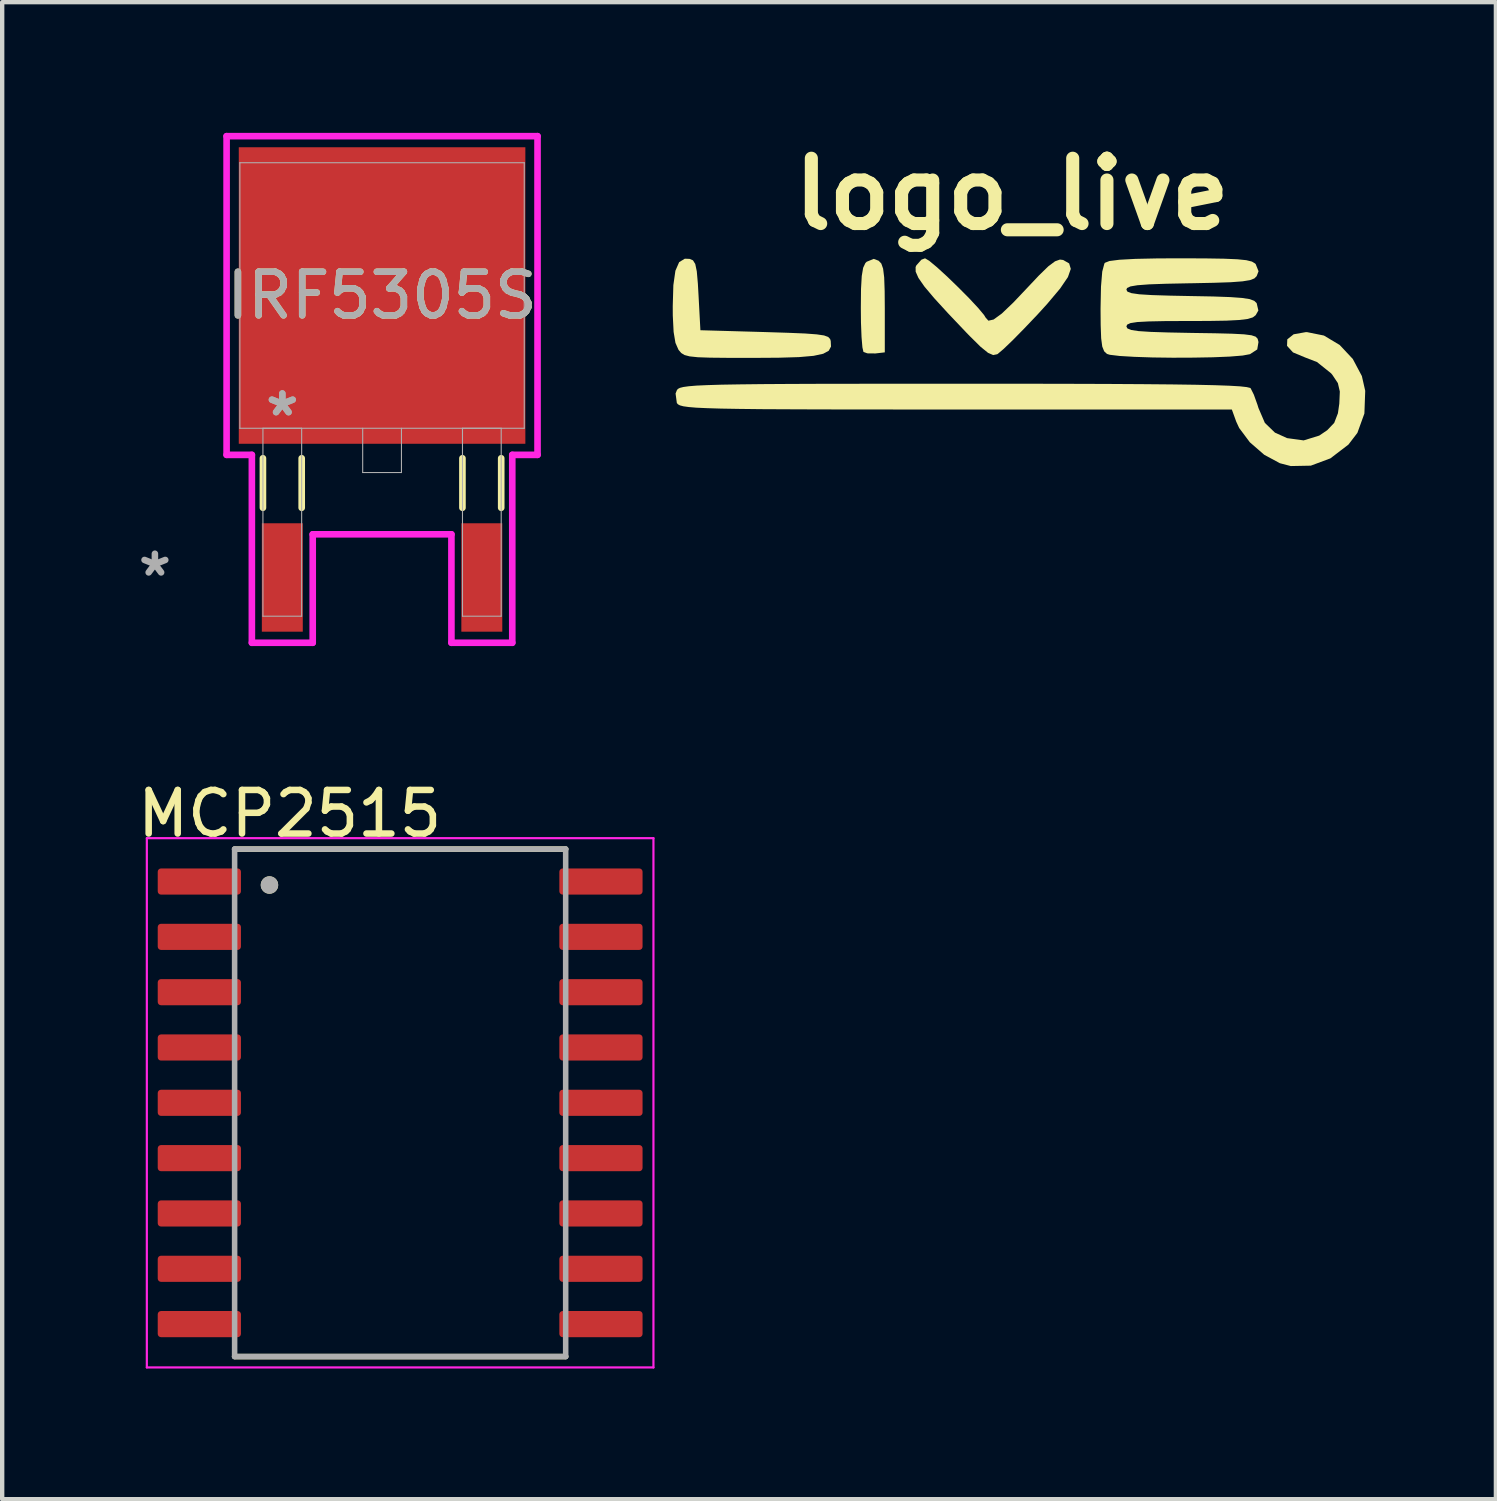
<source format=kicad_pcb>
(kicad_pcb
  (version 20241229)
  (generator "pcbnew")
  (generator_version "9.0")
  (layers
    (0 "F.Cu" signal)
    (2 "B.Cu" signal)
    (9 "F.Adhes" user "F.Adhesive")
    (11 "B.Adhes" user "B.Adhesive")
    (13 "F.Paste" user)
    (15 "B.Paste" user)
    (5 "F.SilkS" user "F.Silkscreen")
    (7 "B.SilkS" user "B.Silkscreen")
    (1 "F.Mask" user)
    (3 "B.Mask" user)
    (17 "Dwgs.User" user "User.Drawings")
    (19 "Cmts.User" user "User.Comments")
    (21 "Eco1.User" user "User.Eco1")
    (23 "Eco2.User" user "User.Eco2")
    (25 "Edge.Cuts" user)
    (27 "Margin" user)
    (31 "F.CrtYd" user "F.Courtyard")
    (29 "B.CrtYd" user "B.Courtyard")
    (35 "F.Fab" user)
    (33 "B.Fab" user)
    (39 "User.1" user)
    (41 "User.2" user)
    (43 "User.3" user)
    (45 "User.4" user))
  (footprint "logo_live"
    (layer "F.Cu")
    (at 20.183 4.404)
    (property "Reference" "logo_live" (at 0 -3 0) (layer "F.SilkS") (effects (font (size 1.5 1.5) (thickness 0.3))))
    (attr board_only exclude_from_pos_files exclude_from_bom)
    (fp_poly (pts (xy -3.062 -1.468) (xy -3.001 -1.404) (xy -2.96 -1.287) (xy -2.935 -1.085) (xy -2.924 -0.771) (xy -2.921 -0.372) (xy -2.921 0.635) (xy -3.136 0.66) (xy -3.321 0.658) (xy -3.411 0.625) (xy -3.435 0.52) (xy -3.455 0.284) (xy -3.468 -0.049) (xy -3.471 -0.385) (xy -3.467 -0.821) (xy -3.45 -1.118) (xy -3.418 -1.306) (xy -3.367 -1.415) (xy -3.337 -1.445) (xy -3.174 -1.511)) (stroke (width 0) (type solid)) (fill yes) (layer "F.SilkS"))
    (fp_poly (pts (xy -7.403 -1.511) (xy -7.325 -1.478) (xy -7.272 -1.393) (xy -7.237 -1.225) (xy -7.212 -0.94) (xy -7.197 -0.676) (xy -7.154 0.127) (xy -5.674 0.169) (xy -5.139 0.186) (xy -4.75 0.202) (xy -4.483 0.222) (xy -4.314 0.247) (xy -4.219 0.283) (xy -4.175 0.331) (xy -4.162 0.375) (xy -4.156 0.502) (xy -4.208 0.598) (xy -4.335 0.667) (xy -4.557 0.715) (xy -4.891 0.744) (xy -5.357 0.758) (xy -5.973 0.762) (xy -5.98 0.762) (xy -6.527 0.761) (xy -6.93 0.757) (xy -7.213 0.747) (xy -7.402 0.727) (xy -7.52 0.696) (xy -7.594 0.65) (xy -7.648 0.587) (xy -7.658 0.574) (xy -7.727 0.417) (xy -7.769 0.166) (xy -7.788 -0.209) (xy -7.789 -0.426) (xy -7.775 -0.908) (xy -7.728 -1.239) (xy -7.642 -1.436) (xy -7.512 -1.515)) (stroke (width 0) (type solid)) (fill yes) (layer "F.SilkS"))
    (fp_poly (pts (xy -1.901 -1.467) (xy -1.721 -1.317) (xy -1.487 -1.103) (xy -1.232 -0.856) (xy -0.985 -0.607) (xy -0.778 -0.385) (xy -0.642 -0.222) (xy -0.607 -0.164) (xy -0.542 -0.092) (xy -0.423 -0.119) (xy -0.237 -0.254) (xy 0.028 -0.507) (xy 0.319 -0.814) (xy 0.62 -1.133) (xy 0.834 -1.341) (xy 0.987 -1.455) (xy 1.099 -1.495) (xy 1.173 -1.486) (xy 1.311 -1.407) (xy 1.349 -1.281) (xy 1.283 -1.093) (xy 1.104 -0.83) (xy 0.807 -0.477) (xy 0.583 -0.231) (xy 0.284 0.083) (xy 0.016 0.356) (xy -0.197 0.56) (xy -0.327 0.67) (xy -0.34 0.678) (xy -0.433 0.697) (xy -0.551 0.646) (xy -0.722 0.507) (xy -0.97 0.262) (xy -1.041 0.189) (xy -1.47 -0.263) (xy -1.79 -0.613) (xy -2.013 -0.878) (xy -2.149 -1.074) (xy -2.212 -1.216) (xy -2.214 -1.322) (xy -2.198 -1.36) (xy -2.081 -1.492) (xy -1.997 -1.524)) (stroke (width 0) (type solid)) (fill yes) (layer "F.SilkS"))
    (fp_poly (pts (xy 7.16 0.249) (xy 7.522 0.466) (xy 7.823 0.787) (xy 8.031 1.179) (xy 8.108 1.518) (xy 8.089 2.039) (xy 7.928 2.484) (xy 7.723 2.752) (xy 7.308 3.069) (xy 6.859 3.236) (xy 6.399 3.245) (xy 6.149 3.18) (xy 5.789 2.986) (xy 5.459 2.699) (xy 5.214 2.371) (xy 5.147 2.226) (xy 5.046 1.947) (xy -1.284 1.947) (xy -2.472 1.947) (xy -3.502 1.946) (xy -4.385 1.945) (xy -5.134 1.942) (xy -5.758 1.939) (xy -6.271 1.933) (xy -6.682 1.926) (xy -7.004 1.916) (xy -7.248 1.905) (xy -7.424 1.89) (xy -7.546 1.873) (xy -7.624 1.852) (xy -7.669 1.828) (xy -7.693 1.8) (xy -7.695 1.797) (xy -7.724 1.58) (xy -7.693 1.501) (xy -7.67 1.474) (xy -7.624 1.45) (xy -7.545 1.43) (xy -7.421 1.413) (xy -7.242 1.398) (xy -6.995 1.387) (xy -6.671 1.377) (xy -6.256 1.37) (xy -5.741 1.364) (xy -5.115 1.36) (xy -4.365 1.357) (xy -3.481 1.356) (xy -2.451 1.355) (xy -1.265 1.355) (xy -1.107 1.355) (xy 0.15 1.355) (xy 1.247 1.357) (xy 2.193 1.36) (xy 2.998 1.365) (xy 3.671 1.371) (xy 4.221 1.379) (xy 4.659 1.389) (xy 4.992 1.401) (xy 5.232 1.415) (xy 5.386 1.432) (xy 5.465 1.451) (xy 5.478 1.46) (xy 5.551 1.606) (xy 5.634 1.837) (xy 5.657 1.912) (xy 5.804 2.254) (xy 6.036 2.478) (xy 6.315 2.604) (xy 6.695 2.656) (xy 7.052 2.546) (xy 7.236 2.422) (xy 7.396 2.254) (xy 7.481 2.034) (xy 7.513 1.812) (xy 7.525 1.534) (xy 7.48 1.341) (xy 7.356 1.155) (xy 7.325 1.117) (xy 7 0.857) (xy 6.731 0.753) (xy 6.45 0.636) (xy 6.313 0.486) (xy 6.319 0.336) (xy 6.465 0.22) (xy 6.748 0.17) (xy 6.769 0.17)) (stroke (width 0) (type solid)) (fill yes) (layer "F.SilkS"))
    (fp_poly (pts (xy 4.436 -1.522) (xy 4.866 -1.515) (xy 5.172 -1.502) (xy 5.378 -1.481) (xy 5.507 -1.449) (xy 5.58 -1.405) (xy 5.594 -1.39) (xy 5.659 -1.227) (xy 5.616 -1.115) (xy 5.563 -1.062) (xy 5.462 -1.023) (xy 5.289 -0.995) (xy 5.02 -0.975) (xy 4.632 -0.962) (xy 4.099 -0.951) (xy 4.076 -0.951) (xy 3.536 -0.94) (xy 3.145 -0.926) (xy 2.879 -0.906) (xy 2.719 -0.879) (xy 2.641 -0.843) (xy 2.625 -0.804) (xy 2.65 -0.758) (xy 2.742 -0.724) (xy 2.921 -0.698) (xy 3.209 -0.68) (xy 3.627 -0.667) (xy 4.076 -0.658) (xy 4.615 -0.648) (xy 5.008 -0.634) (xy 5.281 -0.614) (xy 5.457 -0.587) (xy 5.56 -0.548) (xy 5.615 -0.496) (xy 5.616 -0.494) (xy 5.655 -0.327) (xy 5.594 -0.219) (xy 5.528 -0.168) (xy 5.411 -0.132) (xy 5.217 -0.108) (xy 4.923 -0.093) (xy 4.505 -0.086) (xy 4.054 -0.085) (xy 3.521 -0.083) (xy 3.136 -0.075) (xy 2.876 -0.061) (xy 2.719 -0.037) (xy 2.643 -0.002) (xy 2.625 0.04) (xy 2.649 0.086) (xy 2.735 0.121) (xy 2.905 0.147) (xy 3.18 0.165) (xy 3.581 0.178) (xy 4.128 0.189) (xy 4.665 0.197) (xy 5.056 0.207) (xy 5.326 0.221) (xy 5.497 0.243) (xy 5.593 0.275) (xy 5.638 0.322) (xy 5.655 0.386) (xy 5.657 0.402) (xy 5.629 0.568) (xy 5.464 0.676) (xy 5.461 0.677) (xy 5.294 0.708) (xy 4.999 0.732) (xy 4.61 0.748) (xy 4.162 0.756) (xy 3.69 0.758) (xy 3.227 0.752) (xy 2.81 0.738) (xy 2.471 0.718) (xy 2.246 0.691) (xy 2.18 0.671) (xy 2.115 0.611) (xy 2.071 0.501) (xy 2.046 0.312) (xy 2.035 0.011) (xy 2.032 -0.368) (xy 2.042 -0.874) (xy 2.071 -1.22) (xy 2.12 -1.404) (xy 2.134 -1.422) (xy 2.237 -1.462) (xy 2.465 -1.491) (xy 2.83 -1.511) (xy 3.342 -1.522) (xy 3.859 -1.524)) (stroke (width 0) (type solid)) (fill yes) (layer "F.SilkS")))
  (footprint "IRF5305S"
    (layer "F.Cu")
    (at 5.721 3.734)
    (property "Reference" "IRF5305S" (at 0 0 0) (unlocked yes) (layer "F.SilkS") (effects (font (size 1 1) (thickness 0.15))))
    (attr smd)
    (fp_line (start -2.735 3.736) (end -2.735 4.873) (stroke (width 0.152) (type solid)) (layer "F.SilkS"))
    (fp_line (start -1.845 3.736) (end -1.845 4.873) (stroke (width 0.152) (type solid)) (layer "F.SilkS"))
    (fp_line (start 1.845 3.736) (end 1.845 4.873) (stroke (width 0.152) (type solid)) (layer "F.SilkS"))
    (fp_line (start 2.735 3.736) (end 2.735 4.873) (stroke (width 0.152) (type solid)) (layer "F.SilkS"))
    (fp_line (start -3.569 -3.658) (end 3.569 -3.658) (stroke (width 0.152) (type solid)) (layer "F.CrtYd"))
    (fp_line (start -3.569 3.658) (end -3.569 -3.658) (stroke (width 0.152) (type solid)) (layer "F.CrtYd"))
    (fp_line (start -2.989 3.658) (end -3.569 3.658) (stroke (width 0.152) (type solid)) (layer "F.CrtYd"))
    (fp_line (start -2.989 7.972) (end -2.989 3.658) (stroke (width 0.152) (type solid)) (layer "F.CrtYd"))
    (fp_line (start -1.592 5.482) (end -1.592 7.972) (stroke (width 0.152) (type solid)) (layer "F.CrtYd"))
    (fp_line (start -1.592 7.972) (end -2.989 7.972) (stroke (width 0.152) (type solid)) (layer "F.CrtYd"))
    (fp_line (start 1.592 5.482) (end -1.592 5.482) (stroke (width 0.152) (type solid)) (layer "F.CrtYd"))
    (fp_line (start 1.592 7.972) (end 1.592 5.482) (stroke (width 0.152) (type solid)) (layer "F.CrtYd"))
    (fp_line (start 2.989 3.658) (end 2.989 7.972) (stroke (width 0.152) (type solid)) (layer "F.CrtYd"))
    (fp_line (start 2.989 7.972) (end 1.592 7.972) (stroke (width 0.152) (type solid)) (layer "F.CrtYd"))
    (fp_line (start 3.569 -3.658) (end 3.569 3.658) (stroke (width 0.152) (type solid)) (layer "F.CrtYd"))
    (fp_line (start 3.569 3.658) (end 2.989 3.658) (stroke (width 0.152) (type solid)) (layer "F.CrtYd"))
    (fp_line (start -3.264 -3.048) (end -3.264 3.048) (stroke (width 0.025) (type solid)) (layer "F.Fab"))
    (fp_line (start -3.264 3.048) (end 3.264 3.048) (stroke (width 0.025) (type solid)) (layer "F.Fab"))
    (fp_line (start -2.735 3.048) (end -2.735 7.362) (stroke (width 0.025) (type solid)) (layer "F.Fab"))
    (fp_line (start -2.735 7.362) (end -1.846 7.362) (stroke (width 0.025) (type solid)) (layer "F.Fab"))
    (fp_line (start -1.846 3.048) (end -2.735 3.048) (stroke (width 0.025) (type solid)) (layer "F.Fab"))
    (fp_line (start -1.846 7.362) (end -1.846 3.048) (stroke (width 0.025) (type solid)) (layer "F.Fab"))
    (fp_line (start -0.445 3.048) (end -0.445 4.064) (stroke (width 0.025) (type solid)) (layer "F.Fab"))
    (fp_line (start -0.445 4.064) (end 0.445 4.064) (stroke (width 0.025) (type solid)) (layer "F.Fab"))
    (fp_line (start 0.445 4.064) (end 0.445 3.048) (stroke (width 0.025) (type solid)) (layer "F.Fab"))
    (fp_line (start 1.846 3.048) (end 1.846 7.362) (stroke (width 0.025) (type solid)) (layer "F.Fab"))
    (fp_line (start 1.846 7.362) (end 2.735 7.362) (stroke (width 0.025) (type solid)) (layer "F.Fab"))
    (fp_line (start 2.735 3.048) (end 1.846 3.048) (stroke (width 0.025) (type solid)) (layer "F.Fab"))
    (fp_line (start 2.735 7.362) (end 2.735 3.048) (stroke (width 0.025) (type solid)) (layer "F.Fab"))
    (fp_line (start 3.264 -3.048) (end -3.264 -3.048) (stroke (width 0.025) (type solid)) (layer "F.Fab"))
    (fp_line (start 3.264 3.048) (end 3.264 -3.048) (stroke (width 0.025) (type solid)) (layer "F.Fab"))
    (fp_text user "*" (at -2.29 2.794 0) (unlocked yes) (layer "F.Fab") (effects (font (size 1 1) (thickness 0.15))))
    (fp_text user "*" (at -5.215 6.473 0) (layer "F.Fab") (effects (font (size 1 1) (thickness 0.15))))
    (fp_text user "${REFERENCE}" (at 0 0 0) (unlocked yes) (layer "F.Fab") (effects (font (size 1 1) (thickness 0.15))))
    (fp_text user "*" (at -2.29 2.794 0) (layer "F.Fab") (effects (font (size 1 1) (thickness 0.15))))
    (pad "1" smd rect (at -2.29 6.473) (size 0.94 2.489) (layers "F.Cu" "F.Mask" "F.Paste"))
    (pad "2" smd rect (at 0 0) (size 6.579 6.807) (layers "F.Cu" "F.Mask" "F.Paste"))
    (pad "3" smd rect (at 2.29 6.473) (size 0.94 2.489) (layers "F.Cu" "F.Mask" "F.Paste")))
  (footprint "MCP2515"
    (layer "F.Cu")
    (at 6.136 22.267)
    (property "Reference" "MCP2515" (at -2.535 -6.637 0) (layer "F.SilkS") (effects (font (size 1 1) (thickness 0.15))))
    (attr smd)
    (fp_line (start -3.8 -5.825) (end 3.8 -5.825) (stroke (width 0.127) (type solid)) (layer "F.SilkS"))
    (fp_line (start -3.8 5.825) (end 3.8 5.825) (stroke (width 0.127) (type solid)) (layer "F.SilkS"))
    (fp_circle (center -3 -5) (end -2.9 -5) (stroke (width 0.2) (type solid)) (fill no) (layer "F.SilkS"))
    (fp_line (start -5.815 -6.075) (end -5.815 6.075) (stroke (width 0.05) (type solid)) (layer "F.CrtYd"))
    (fp_line (start -5.815 -6.075) (end 5.815 -6.075) (stroke (width 0.05) (type solid)) (layer "F.CrtYd"))
    (fp_line (start -5.815 6.075) (end 5.815 6.075) (stroke (width 0.05) (type solid)) (layer "F.CrtYd"))
    (fp_line (start 5.815 -6.075) (end 5.815 6.075) (stroke (width 0.05) (type solid)) (layer "F.CrtYd"))
    (fp_line (start -3.8 -5.825) (end -3.8 5.825) (stroke (width 0.127) (type solid)) (layer "F.Fab"))
    (fp_line (start -3.8 -5.825) (end 3.8 -5.825) (stroke (width 0.127) (type solid)) (layer "F.Fab"))
    (fp_line (start -3.8 5.825) (end 3.8 5.825) (stroke (width 0.127) (type solid)) (layer "F.Fab"))
    (fp_line (start 3.8 -5.825) (end 3.8 5.825) (stroke (width 0.127) (type solid)) (layer "F.Fab"))
    (fp_circle (center -3 -5) (end -2.9 -5) (stroke (width 0.2) (type solid)) (fill no) (layer "F.Fab"))
    (pad "1" smd roundrect (at -4.61 -5.08) (size 1.91 0.6) (layers "F.Cu" "F.Mask" "F.Paste") (roundrect_rratio 0.125))
    (pad "2" smd roundrect (at -4.61 -3.81) (size 1.91 0.6) (layers "F.Cu" "F.Mask" "F.Paste") (roundrect_rratio 0.125))
    (pad "3" smd roundrect (at -4.61 -2.54) (size 1.91 0.6) (layers "F.Cu" "F.Mask" "F.Paste") (roundrect_rratio 0.125))
    (pad "4" smd roundrect (at -4.61 -1.27) (size 1.91 0.6) (layers "F.Cu" "F.Mask" "F.Paste") (roundrect_rratio 0.125))
    (pad "5" smd roundrect (at -4.61 0) (size 1.91 0.6) (layers "F.Cu" "F.Mask" "F.Paste") (roundrect_rratio 0.125))
    (pad "6" smd roundrect (at -4.61 1.27) (size 1.91 0.6) (layers "F.Cu" "F.Mask" "F.Paste") (roundrect_rratio 0.125))
    (pad "7" smd roundrect (at -4.61 2.54) (size 1.91 0.6) (layers "F.Cu" "F.Mask" "F.Paste") (roundrect_rratio 0.125))
    (pad "8" smd roundrect (at -4.61 3.81) (size 1.91 0.6) (layers "F.Cu" "F.Mask" "F.Paste") (roundrect_rratio 0.125))
    (pad "9" smd roundrect (at -4.61 5.08) (size 1.91 0.6) (layers "F.Cu" "F.Mask" "F.Paste") (roundrect_rratio 0.125))
    (pad "10" smd roundrect (at 4.61 5.08) (size 1.91 0.6) (layers "F.Cu" "F.Mask" "F.Paste") (roundrect_rratio 0.125))
    (pad "11" smd roundrect (at 4.61 3.81) (size 1.91 0.6) (layers "F.Cu" "F.Mask" "F.Paste") (roundrect_rratio 0.125))
    (pad "12" smd roundrect (at 4.61 2.54) (size 1.91 0.6) (layers "F.Cu" "F.Mask" "F.Paste") (roundrect_rratio 0.125))
    (pad "13" smd roundrect (at 4.61 1.27) (size 1.91 0.6) (layers "F.Cu" "F.Mask" "F.Paste") (roundrect_rratio 0.125))
    (pad "14" smd roundrect (at 4.61 0) (size 1.91 0.6) (layers "F.Cu" "F.Mask" "F.Paste") (roundrect_rratio 0.125))
    (pad "15" smd roundrect (at 4.61 -1.27) (size 1.91 0.6) (layers "F.Cu" "F.Mask" "F.Paste") (roundrect_rratio 0.125))
    (pad "16" smd roundrect (at 4.61 -2.54) (size 1.91 0.6) (layers "F.Cu" "F.Mask" "F.Paste") (roundrect_rratio 0.125))
    (pad "17" smd roundrect (at 4.61 -3.81) (size 1.91 0.6) (layers "F.Cu" "F.Mask" "F.Paste") (roundrect_rratio 0.125))
    (pad "18" smd roundrect (at 4.61 -5.08) (size 1.91 0.6) (layers "F.Cu" "F.Mask" "F.Paste") (roundrect_rratio 0.125)))
  (gr_rect
    (start -3 -3)
    (end 31.291 31.367)
    (stroke (width 0.1) (type default))
    (fill no)
    (layer "Edge.Cuts")))
</source>
